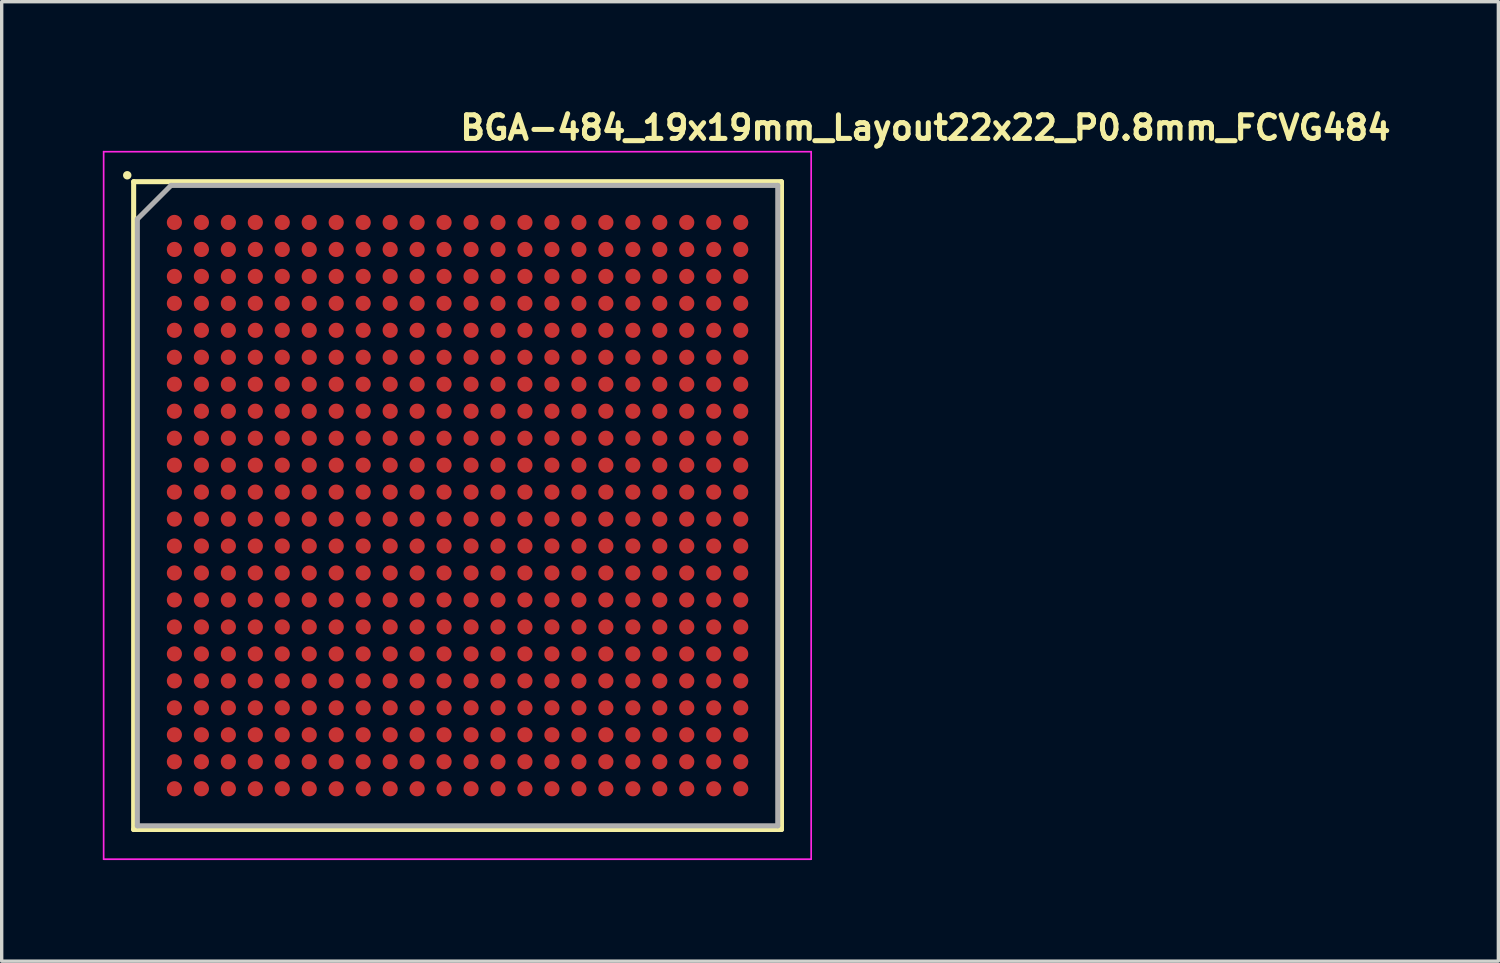
<source format=kicad_pcb>
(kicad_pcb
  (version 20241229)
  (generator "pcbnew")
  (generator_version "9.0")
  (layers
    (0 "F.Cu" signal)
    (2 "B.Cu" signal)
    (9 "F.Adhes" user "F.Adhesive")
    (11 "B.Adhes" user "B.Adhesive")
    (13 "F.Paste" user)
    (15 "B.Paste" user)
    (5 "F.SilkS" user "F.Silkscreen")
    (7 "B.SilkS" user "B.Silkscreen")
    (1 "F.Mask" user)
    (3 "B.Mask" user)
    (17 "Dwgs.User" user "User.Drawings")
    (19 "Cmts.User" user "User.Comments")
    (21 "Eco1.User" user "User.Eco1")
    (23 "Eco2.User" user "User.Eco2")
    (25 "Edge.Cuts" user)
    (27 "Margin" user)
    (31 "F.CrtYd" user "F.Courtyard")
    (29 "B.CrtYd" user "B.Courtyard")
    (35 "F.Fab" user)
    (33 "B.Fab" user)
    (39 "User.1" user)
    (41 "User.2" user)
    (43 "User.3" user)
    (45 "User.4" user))
  (footprint "BGA-484_19x19mm_Layout22x22_P0.8mm_FCVG484"
    (layer "F.Cu")
    (at 10.525 11.95)
    (property "Reference" "BGA-484_19x19mm_Layout22x22_P0.8mm_FCVG484" (at 0 -10.8 0) (layer "F.SilkS") (effects (font (size 0.7 0.7) (thickness 0.15)) (justify left bottom)))
    (attr smd)
    (fp_line (start -9.61 -9.61) (end 9.609 -9.61) (stroke (width 0.15) (type solid)) (layer "F.SilkS"))
    (fp_line (start -9.61 9.61) (end -9.61 -9.61) (stroke (width 0.15) (type solid)) (layer "F.SilkS"))
    (fp_line (start 9.609 -9.61) (end 9.609 9.609) (stroke (width 0.15) (type solid)) (layer "F.SilkS"))
    (fp_line (start 9.609 9.609) (end -9.61 9.609) (stroke (width 0.15) (type solid)) (layer "F.SilkS"))
    (fp_circle (center -9.8 -9.8) (end -9.75 -9.8) (stroke (width 0.15) (type solid)) (fill yes) (layer "F.SilkS"))
    (fp_line (start -10.5 -10.5) (end -10.5 10.49) (stroke (width 0.05) (type solid)) (layer "F.CrtYd"))
    (fp_line (start -10.5 10.49) (end 10.49 10.49) (stroke (width 0.05) (type solid)) (layer "F.CrtYd"))
    (fp_line (start 10.49 -10.5) (end -10.5 -10.5) (stroke (width 0.05) (type solid)) (layer "F.CrtYd"))
    (fp_line (start 10.49 10.49) (end 10.49 -10.5) (stroke (width 0.05) (type solid)) (layer "F.CrtYd"))
    (fp_line (start -9.5 -8.5) (end -8.5 -9.5) (stroke (width 0.15) (type solid)) (layer "F.Fab"))
    (fp_line (start -9.5 9.499) (end -9.5 -8.5) (stroke (width 0.15) (type solid)) (layer "F.Fab"))
    (fp_line (start -8.5 -9.5) (end 9.499 -9.5) (stroke (width 0.15) (type solid)) (layer "F.Fab"))
    (fp_line (start 9.499 -9.5) (end 9.499 9.499) (stroke (width 0.15) (type solid)) (layer "F.Fab"))
    (fp_line (start 9.499 9.499) (end -9.5 9.499) (stroke (width 0.15) (type solid)) (layer "F.Fab"))
    (pad "A1" smd circle (at -8.401 -8.401) (size 0.45 0.45) (layers "F.Cu" "F.Mask" "F.Paste"))
    (pad "A2" smd circle (at -7.6 -8.401) (size 0.45 0.45) (layers "F.Cu" "F.Mask" "F.Paste"))
    (pad "A3" smd circle (at -6.8 -8.401) (size 0.45 0.45) (layers "F.Cu" "F.Mask" "F.Paste"))
    (pad "A4" smd circle (at -6 -8.401) (size 0.45 0.45) (layers "F.Cu" "F.Mask" "F.Paste"))
    (pad "A5" smd circle (at -5.201 -8.401) (size 0.45 0.45) (layers "F.Cu" "F.Mask" "F.Paste"))
    (pad "A6" smd circle (at -4.401 -8.401) (size 0.45 0.45) (layers "F.Cu" "F.Mask" "F.Paste"))
    (pad "A7" smd circle (at -3.601 -8.401) (size 0.45 0.45) (layers "F.Cu" "F.Mask" "F.Paste"))
    (pad "A8" smd circle (at -2.8 -8.401) (size 0.45 0.45) (layers "F.Cu" "F.Mask" "F.Paste"))
    (pad "A9" smd circle (at -2 -8.401) (size 0.45 0.45) (layers "F.Cu" "F.Mask" "F.Paste"))
    (pad "A10" smd circle (at -1.2 -8.401) (size 0.45 0.45) (layers "F.Cu" "F.Mask" "F.Paste"))
    (pad "A11" smd circle (at -0.401 -8.401) (size 0.45 0.45) (layers "F.Cu" "F.Mask" "F.Paste"))
    (pad "A12" smd circle (at 0.4 -8.401) (size 0.45 0.45) (layers "F.Cu" "F.Mask" "F.Paste"))
    (pad "A13" smd circle (at 1.199 -8.401) (size 0.45 0.45) (layers "F.Cu" "F.Mask" "F.Paste"))
    (pad "A14" smd circle (at 1.999 -8.401) (size 0.45 0.45) (layers "F.Cu" "F.Mask" "F.Paste"))
    (pad "A15" smd circle (at 2.799 -8.401) (size 0.45 0.45) (layers "F.Cu" "F.Mask" "F.Paste"))
    (pad "A16" smd circle (at 3.6 -8.401) (size 0.45 0.45) (layers "F.Cu" "F.Mask" "F.Paste"))
    (pad "A17" smd circle (at 4.4 -8.401) (size 0.45 0.45) (layers "F.Cu" "F.Mask" "F.Paste"))
    (pad "A18" smd circle (at 5.2 -8.401) (size 0.45 0.45) (layers "F.Cu" "F.Mask" "F.Paste"))
    (pad "A19" smd circle (at 5.999 -8.401) (size 0.45 0.45) (layers "F.Cu" "F.Mask" "F.Paste"))
    (pad "A20" smd circle (at 6.799 -8.401) (size 0.45 0.45) (layers "F.Cu" "F.Mask" "F.Paste"))
    (pad "A21" smd circle (at 7.599 -8.401) (size 0.45 0.45) (layers "F.Cu" "F.Mask" "F.Paste"))
    (pad "A22" smd circle (at 8.4 -8.401) (size 0.45 0.45) (layers "F.Cu" "F.Mask" "F.Paste"))
    (pad "AA1" smd circle (at -8.401 7.599) (size 0.45 0.45) (layers "F.Cu" "F.Mask" "F.Paste"))
    (pad "AA2" smd circle (at -7.6 7.599) (size 0.45 0.45) (layers "F.Cu" "F.Mask" "F.Paste"))
    (pad "AA3" smd circle (at -6.8 7.599) (size 0.45 0.45) (layers "F.Cu" "F.Mask" "F.Paste"))
    (pad "AA4" smd circle (at -6 7.599) (size 0.45 0.45) (layers "F.Cu" "F.Mask" "F.Paste"))
    (pad "AA5" smd circle (at -5.201 7.599) (size 0.45 0.45) (layers "F.Cu" "F.Mask" "F.Paste"))
    (pad "AA6" smd circle (at -4.401 7.599) (size 0.45 0.45) (layers "F.Cu" "F.Mask" "F.Paste"))
    (pad "AA7" smd circle (at -3.601 7.599) (size 0.45 0.45) (layers "F.Cu" "F.Mask" "F.Paste"))
    (pad "AA8" smd circle (at -2.8 7.599) (size 0.45 0.45) (layers "F.Cu" "F.Mask" "F.Paste"))
    (pad "AA9" smd circle (at -2 7.599) (size 0.45 0.45) (layers "F.Cu" "F.Mask" "F.Paste"))
    (pad "AA10" smd circle (at -1.2 7.599) (size 0.45 0.45) (layers "F.Cu" "F.Mask" "F.Paste"))
    (pad "AA11" smd circle (at -0.401 7.599) (size 0.45 0.45) (layers "F.Cu" "F.Mask" "F.Paste"))
    (pad "AA12" smd circle (at 0.4 7.599) (size 0.45 0.45) (layers "F.Cu" "F.Mask" "F.Paste"))
    (pad "AA13" smd circle (at 1.199 7.599) (size 0.45 0.45) (layers "F.Cu" "F.Mask" "F.Paste"))
    (pad "AA14" smd circle (at 1.999 7.599) (size 0.45 0.45) (layers "F.Cu" "F.Mask" "F.Paste"))
    (pad "AA15" smd circle (at 2.799 7.599) (size 0.45 0.45) (layers "F.Cu" "F.Mask" "F.Paste"))
    (pad "AA16" smd circle (at 3.6 7.599) (size 0.45 0.45) (layers "F.Cu" "F.Mask" "F.Paste"))
    (pad "AA17" smd circle (at 4.4 7.599) (size 0.45 0.45) (layers "F.Cu" "F.Mask" "F.Paste"))
    (pad "AA18" smd circle (at 5.2 7.599) (size 0.45 0.45) (layers "F.Cu" "F.Mask" "F.Paste"))
    (pad "AA19" smd circle (at 5.999 7.599) (size 0.45 0.45) (layers "F.Cu" "F.Mask" "F.Paste"))
    (pad "AA20" smd circle (at 6.799 7.599) (size 0.45 0.45) (layers "F.Cu" "F.Mask" "F.Paste"))
    (pad "AA21" smd circle (at 7.599 7.599) (size 0.45 0.45) (layers "F.Cu" "F.Mask" "F.Paste"))
    (pad "AA22" smd circle (at 8.4 7.599) (size 0.45 0.45) (layers "F.Cu" "F.Mask" "F.Paste"))
    (pad "AB1" smd circle (at -8.401 8.4) (size 0.45 0.45) (layers "F.Cu" "F.Mask" "F.Paste"))
    (pad "AB2" smd circle (at -7.6 8.4) (size 0.45 0.45) (layers "F.Cu" "F.Mask" "F.Paste"))
    (pad "AB3" smd circle (at -6.8 8.4) (size 0.45 0.45) (layers "F.Cu" "F.Mask" "F.Paste"))
    (pad "AB4" smd circle (at -6 8.4) (size 0.45 0.45) (layers "F.Cu" "F.Mask" "F.Paste"))
    (pad "AB5" smd circle (at -5.201 8.4) (size 0.45 0.45) (layers "F.Cu" "F.Mask" "F.Paste"))
    (pad "AB6" smd circle (at -4.401 8.4) (size 0.45 0.45) (layers "F.Cu" "F.Mask" "F.Paste"))
    (pad "AB7" smd circle (at -3.601 8.4) (size 0.45 0.45) (layers "F.Cu" "F.Mask" "F.Paste"))
    (pad "AB8" smd circle (at -2.8 8.4) (size 0.45 0.45) (layers "F.Cu" "F.Mask" "F.Paste"))
    (pad "AB9" smd circle (at -2 8.4) (size 0.45 0.45) (layers "F.Cu" "F.Mask" "F.Paste"))
    (pad "AB10" smd circle (at -1.2 8.4) (size 0.45 0.45) (layers "F.Cu" "F.Mask" "F.Paste"))
    (pad "AB11" smd circle (at -0.401 8.4) (size 0.45 0.45) (layers "F.Cu" "F.Mask" "F.Paste"))
    (pad "AB12" smd circle (at 0.4 8.4) (size 0.45 0.45) (layers "F.Cu" "F.Mask" "F.Paste"))
    (pad "AB13" smd circle (at 1.199 8.4) (size 0.45 0.45) (layers "F.Cu" "F.Mask" "F.Paste"))
    (pad "AB14" smd circle (at 1.999 8.4) (size 0.45 0.45) (layers "F.Cu" "F.Mask" "F.Paste"))
    (pad "AB15" smd circle (at 2.799 8.4) (size 0.45 0.45) (layers "F.Cu" "F.Mask" "F.Paste"))
    (pad "AB16" smd circle (at 3.6 8.4) (size 0.45 0.45) (layers "F.Cu" "F.Mask" "F.Paste"))
    (pad "AB17" smd circle (at 4.4 8.4) (size 0.45 0.45) (layers "F.Cu" "F.Mask" "F.Paste"))
    (pad "AB18" smd circle (at 5.2 8.4) (size 0.45 0.45) (layers "F.Cu" "F.Mask" "F.Paste"))
    (pad "AB19" smd circle (at 5.999 8.4) (size 0.45 0.45) (layers "F.Cu" "F.Mask" "F.Paste"))
    (pad "AB20" smd circle (at 6.799 8.4) (size 0.45 0.45) (layers "F.Cu" "F.Mask" "F.Paste"))
    (pad "AB21" smd circle (at 7.599 8.4) (size 0.45 0.45) (layers "F.Cu" "F.Mask" "F.Paste"))
    (pad "AB22" smd circle (at 8.4 8.4) (size 0.45 0.45) (layers "F.Cu" "F.Mask" "F.Paste"))
    (pad "B1" smd circle (at -8.401 -7.6) (size 0.45 0.45) (layers "F.Cu" "F.Mask" "F.Paste"))
    (pad "B2" smd circle (at -7.6 -7.6) (size 0.45 0.45) (layers "F.Cu" "F.Mask" "F.Paste"))
    (pad "B3" smd circle (at -6.8 -7.6) (size 0.45 0.45) (layers "F.Cu" "F.Mask" "F.Paste"))
    (pad "B4" smd circle (at -6 -7.6) (size 0.45 0.45) (layers "F.Cu" "F.Mask" "F.Paste"))
    (pad "B5" smd circle (at -5.201 -7.6) (size 0.45 0.45) (layers "F.Cu" "F.Mask" "F.Paste"))
    (pad "B6" smd circle (at -4.401 -7.6) (size 0.45 0.45) (layers "F.Cu" "F.Mask" "F.Paste"))
    (pad "B7" smd circle (at -3.601 -7.6) (size 0.45 0.45) (layers "F.Cu" "F.Mask" "F.Paste"))
    (pad "B8" smd circle (at -2.8 -7.6) (size 0.45 0.45) (layers "F.Cu" "F.Mask" "F.Paste"))
    (pad "B9" smd circle (at -2 -7.6) (size 0.45 0.45) (layers "F.Cu" "F.Mask" "F.Paste"))
    (pad "B10" smd circle (at -1.2 -7.6) (size 0.45 0.45) (layers "F.Cu" "F.Mask" "F.Paste"))
    (pad "B11" smd circle (at -0.401 -7.6) (size 0.45 0.45) (layers "F.Cu" "F.Mask" "F.Paste"))
    (pad "B12" smd circle (at 0.4 -7.6) (size 0.45 0.45) (layers "F.Cu" "F.Mask" "F.Paste"))
    (pad "B13" smd circle (at 1.199 -7.6) (size 0.45 0.45) (layers "F.Cu" "F.Mask" "F.Paste"))
    (pad "B14" smd circle (at 1.999 -7.6) (size 0.45 0.45) (layers "F.Cu" "F.Mask" "F.Paste"))
    (pad "B15" smd circle (at 2.799 -7.6) (size 0.45 0.45) (layers "F.Cu" "F.Mask" "F.Paste"))
    (pad "B16" smd circle (at 3.6 -7.6) (size 0.45 0.45) (layers "F.Cu" "F.Mask" "F.Paste"))
    (pad "B17" smd circle (at 4.4 -7.6) (size 0.45 0.45) (layers "F.Cu" "F.Mask" "F.Paste"))
    (pad "B18" smd circle (at 5.2 -7.6) (size 0.45 0.45) (layers "F.Cu" "F.Mask" "F.Paste"))
    (pad "B19" smd circle (at 5.999 -7.6) (size 0.45 0.45) (layers "F.Cu" "F.Mask" "F.Paste"))
    (pad "B20" smd circle (at 6.799 -7.6) (size 0.45 0.45) (layers "F.Cu" "F.Mask" "F.Paste"))
    (pad "B21" smd circle (at 7.599 -7.6) (size 0.45 0.45) (layers "F.Cu" "F.Mask" "F.Paste"))
    (pad "B22" smd circle (at 8.4 -7.6) (size 0.45 0.45) (layers "F.Cu" "F.Mask" "F.Paste"))
    (pad "C1" smd circle (at -8.401 -6.8) (size 0.45 0.45) (layers "F.Cu" "F.Mask" "F.Paste"))
    (pad "C2" smd circle (at -7.6 -6.8) (size 0.45 0.45) (layers "F.Cu" "F.Mask" "F.Paste"))
    (pad "C3" smd circle (at -6.8 -6.8) (size 0.45 0.45) (layers "F.Cu" "F.Mask" "F.Paste"))
    (pad "C4" smd circle (at -6 -6.8) (size 0.45 0.45) (layers "F.Cu" "F.Mask" "F.Paste"))
    (pad "C5" smd circle (at -5.201 -6.8) (size 0.45 0.45) (layers "F.Cu" "F.Mask" "F.Paste"))
    (pad "C6" smd circle (at -4.401 -6.8) (size 0.45 0.45) (layers "F.Cu" "F.Mask" "F.Paste"))
    (pad "C7" smd circle (at -3.601 -6.8) (size 0.45 0.45) (layers "F.Cu" "F.Mask" "F.Paste"))
    (pad "C8" smd circle (at -2.8 -6.8) (size 0.45 0.45) (layers "F.Cu" "F.Mask" "F.Paste"))
    (pad "C9" smd circle (at -2 -6.8) (size 0.45 0.45) (layers "F.Cu" "F.Mask" "F.Paste"))
    (pad "C10" smd circle (at -1.2 -6.8) (size 0.45 0.45) (layers "F.Cu" "F.Mask" "F.Paste"))
    (pad "C11" smd circle (at -0.401 -6.8) (size 0.45 0.45) (layers "F.Cu" "F.Mask" "F.Paste"))
    (pad "C12" smd circle (at 0.4 -6.8) (size 0.45 0.45) (layers "F.Cu" "F.Mask" "F.Paste"))
    (pad "C13" smd circle (at 1.199 -6.8) (size 0.45 0.45) (layers "F.Cu" "F.Mask" "F.Paste"))
    (pad "C14" smd circle (at 1.999 -6.8) (size 0.45 0.45) (layers "F.Cu" "F.Mask" "F.Paste"))
    (pad "C15" smd circle (at 2.799 -6.8) (size 0.45 0.45) (layers "F.Cu" "F.Mask" "F.Paste"))
    (pad "C16" smd circle (at 3.6 -6.8) (size 0.45 0.45) (layers "F.Cu" "F.Mask" "F.Paste"))
    (pad "C17" smd circle (at 4.4 -6.8) (size 0.45 0.45) (layers "F.Cu" "F.Mask" "F.Paste"))
    (pad "C18" smd circle (at 5.2 -6.8) (size 0.45 0.45) (layers "F.Cu" "F.Mask" "F.Paste"))
    (pad "C19" smd circle (at 5.999 -6.8) (size 0.45 0.45) (layers "F.Cu" "F.Mask" "F.Paste"))
    (pad "C20" smd circle (at 6.799 -6.8) (size 0.45 0.45) (layers "F.Cu" "F.Mask" "F.Paste"))
    (pad "C21" smd circle (at 7.599 -6.8) (size 0.45 0.45) (layers "F.Cu" "F.Mask" "F.Paste"))
    (pad "C22" smd circle (at 8.4 -6.8) (size 0.45 0.45) (layers "F.Cu" "F.Mask" "F.Paste"))
    (pad "D1" smd circle (at -8.401 -6) (size 0.45 0.45) (layers "F.Cu" "F.Mask" "F.Paste"))
    (pad "D2" smd circle (at -7.6 -6) (size 0.45 0.45) (layers "F.Cu" "F.Mask" "F.Paste"))
    (pad "D3" smd circle (at -6.8 -6) (size 0.45 0.45) (layers "F.Cu" "F.Mask" "F.Paste"))
    (pad "D4" smd circle (at -6 -6) (size 0.45 0.45) (layers "F.Cu" "F.Mask" "F.Paste"))
    (pad "D5" smd circle (at -5.201 -6) (size 0.45 0.45) (layers "F.Cu" "F.Mask" "F.Paste"))
    (pad "D6" smd circle (at -4.401 -6) (size 0.45 0.45) (layers "F.Cu" "F.Mask" "F.Paste"))
    (pad "D7" smd circle (at -3.601 -6) (size 0.45 0.45) (layers "F.Cu" "F.Mask" "F.Paste"))
    (pad "D8" smd circle (at -2.8 -6) (size 0.45 0.45) (layers "F.Cu" "F.Mask" "F.Paste"))
    (pad "D9" smd circle (at -2 -6) (size 0.45 0.45) (layers "F.Cu" "F.Mask" "F.Paste"))
    (pad "D10" smd circle (at -1.2 -6) (size 0.45 0.45) (layers "F.Cu" "F.Mask" "F.Paste"))
    (pad "D11" smd circle (at -0.401 -6) (size 0.45 0.45) (layers "F.Cu" "F.Mask" "F.Paste"))
    (pad "D12" smd circle (at 0.4 -6) (size 0.45 0.45) (layers "F.Cu" "F.Mask" "F.Paste"))
    (pad "D13" smd circle (at 1.199 -6) (size 0.45 0.45) (layers "F.Cu" "F.Mask" "F.Paste"))
    (pad "D14" smd circle (at 1.999 -6) (size 0.45 0.45) (layers "F.Cu" "F.Mask" "F.Paste"))
    (pad "D15" smd circle (at 2.799 -6) (size 0.45 0.45) (layers "F.Cu" "F.Mask" "F.Paste"))
    (pad "D16" smd circle (at 3.6 -6) (size 0.45 0.45) (layers "F.Cu" "F.Mask" "F.Paste"))
    (pad "D17" smd circle (at 4.4 -6) (size 0.45 0.45) (layers "F.Cu" "F.Mask" "F.Paste"))
    (pad "D18" smd circle (at 5.2 -6) (size 0.45 0.45) (layers "F.Cu" "F.Mask" "F.Paste"))
    (pad "D19" smd circle (at 5.999 -6) (size 0.45 0.45) (layers "F.Cu" "F.Mask" "F.Paste"))
    (pad "D20" smd circle (at 6.799 -6) (size 0.45 0.45) (layers "F.Cu" "F.Mask" "F.Paste"))
    (pad "D21" smd circle (at 7.599 -6) (size 0.45 0.45) (layers "F.Cu" "F.Mask" "F.Paste"))
    (pad "D22" smd circle (at 8.4 -6) (size 0.45 0.45) (layers "F.Cu" "F.Mask" "F.Paste"))
    (pad "E1" smd circle (at -8.401 -5.201) (size 0.45 0.45) (layers "F.Cu" "F.Mask" "F.Paste"))
    (pad "E2" smd circle (at -7.6 -5.201) (size 0.45 0.45) (layers "F.Cu" "F.Mask" "F.Paste"))
    (pad "E3" smd circle (at -6.8 -5.201) (size 0.45 0.45) (layers "F.Cu" "F.Mask" "F.Paste"))
    (pad "E4" smd circle (at -6 -5.201) (size 0.45 0.45) (layers "F.Cu" "F.Mask" "F.Paste"))
    (pad "E5" smd circle (at -5.201 -5.201) (size 0.45 0.45) (layers "F.Cu" "F.Mask" "F.Paste"))
    (pad "E6" smd circle (at -4.401 -5.201) (size 0.45 0.45) (layers "F.Cu" "F.Mask" "F.Paste"))
    (pad "E7" smd circle (at -3.601 -5.201) (size 0.45 0.45) (layers "F.Cu" "F.Mask" "F.Paste"))
    (pad "E8" smd circle (at -2.8 -5.201) (size 0.45 0.45) (layers "F.Cu" "F.Mask" "F.Paste"))
    (pad "E9" smd circle (at -2 -5.201) (size 0.45 0.45) (layers "F.Cu" "F.Mask" "F.Paste"))
    (pad "E10" smd circle (at -1.2 -5.201) (size 0.45 0.45) (layers "F.Cu" "F.Mask" "F.Paste"))
    (pad "E11" smd circle (at -0.401 -5.201) (size 0.45 0.45) (layers "F.Cu" "F.Mask" "F.Paste"))
    (pad "E12" smd circle (at 0.4 -5.201) (size 0.45 0.45) (layers "F.Cu" "F.Mask" "F.Paste"))
    (pad "E13" smd circle (at 1.199 -5.201) (size 0.45 0.45) (layers "F.Cu" "F.Mask" "F.Paste"))
    (pad "E14" smd circle (at 1.999 -5.201) (size 0.45 0.45) (layers "F.Cu" "F.Mask" "F.Paste"))
    (pad "E15" smd circle (at 2.799 -5.201) (size 0.45 0.45) (layers "F.Cu" "F.Mask" "F.Paste"))
    (pad "E16" smd circle (at 3.6 -5.201) (size 0.45 0.45) (layers "F.Cu" "F.Mask" "F.Paste"))
    (pad "E17" smd circle (at 4.4 -5.201) (size 0.45 0.45) (layers "F.Cu" "F.Mask" "F.Paste"))
    (pad "E18" smd circle (at 5.2 -5.201) (size 0.45 0.45) (layers "F.Cu" "F.Mask" "F.Paste"))
    (pad "E19" smd circle (at 5.999 -5.201) (size 0.45 0.45) (layers "F.Cu" "F.Mask" "F.Paste"))
    (pad "E20" smd circle (at 6.799 -5.201) (size 0.45 0.45) (layers "F.Cu" "F.Mask" "F.Paste"))
    (pad "E21" smd circle (at 7.599 -5.201) (size 0.45 0.45) (layers "F.Cu" "F.Mask" "F.Paste"))
    (pad "E22" smd circle (at 8.4 -5.201) (size 0.45 0.45) (layers "F.Cu" "F.Mask" "F.Paste"))
    (pad "F1" smd circle (at -8.401 -4.401) (size 0.45 0.45) (layers "F.Cu" "F.Mask" "F.Paste"))
    (pad "F2" smd circle (at -7.6 -4.401) (size 0.45 0.45) (layers "F.Cu" "F.Mask" "F.Paste"))
    (pad "F3" smd circle (at -6.8 -4.401) (size 0.45 0.45) (layers "F.Cu" "F.Mask" "F.Paste"))
    (pad "F4" smd circle (at -6 -4.401) (size 0.45 0.45) (layers "F.Cu" "F.Mask" "F.Paste"))
    (pad "F5" smd circle (at -5.201 -4.401) (size 0.45 0.45) (layers "F.Cu" "F.Mask" "F.Paste"))
    (pad "F6" smd circle (at -4.401 -4.401) (size 0.45 0.45) (layers "F.Cu" "F.Mask" "F.Paste"))
    (pad "F7" smd circle (at -3.601 -4.401) (size 0.45 0.45) (layers "F.Cu" "F.Mask" "F.Paste"))
    (pad "F8" smd circle (at -2.8 -4.401) (size 0.45 0.45) (layers "F.Cu" "F.Mask" "F.Paste"))
    (pad "F9" smd circle (at -2 -4.401) (size 0.45 0.45) (layers "F.Cu" "F.Mask" "F.Paste"))
    (pad "F10" smd circle (at -1.2 -4.401) (size 0.45 0.45) (layers "F.Cu" "F.Mask" "F.Paste"))
    (pad "F11" smd circle (at -0.401 -4.401) (size 0.45 0.45) (layers "F.Cu" "F.Mask" "F.Paste"))
    (pad "F12" smd circle (at 0.4 -4.401) (size 0.45 0.45) (layers "F.Cu" "F.Mask" "F.Paste"))
    (pad "F13" smd circle (at 1.199 -4.401) (size 0.45 0.45) (layers "F.Cu" "F.Mask" "F.Paste"))
    (pad "F14" smd circle (at 1.999 -4.401) (size 0.45 0.45) (layers "F.Cu" "F.Mask" "F.Paste"))
    (pad "F15" smd circle (at 2.799 -4.401) (size 0.45 0.45) (layers "F.Cu" "F.Mask" "F.Paste"))
    (pad "F16" smd circle (at 3.6 -4.401) (size 0.45 0.45) (layers "F.Cu" "F.Mask" "F.Paste"))
    (pad "F17" smd circle (at 4.4 -4.401) (size 0.45 0.45) (layers "F.Cu" "F.Mask" "F.Paste"))
    (pad "F18" smd circle (at 5.2 -4.401) (size 0.45 0.45) (layers "F.Cu" "F.Mask" "F.Paste"))
    (pad "F19" smd circle (at 5.999 -4.401) (size 0.45 0.45) (layers "F.Cu" "F.Mask" "F.Paste"))
    (pad "F20" smd circle (at 6.799 -4.401) (size 0.45 0.45) (layers "F.Cu" "F.Mask" "F.Paste"))
    (pad "F21" smd circle (at 7.599 -4.401) (size 0.45 0.45) (layers "F.Cu" "F.Mask" "F.Paste"))
    (pad "F22" smd circle (at 8.4 -4.401) (size 0.45 0.45) (layers "F.Cu" "F.Mask" "F.Paste"))
    (pad "G1" smd circle (at -8.401 -3.601) (size 0.45 0.45) (layers "F.Cu" "F.Mask" "F.Paste"))
    (pad "G2" smd circle (at -7.6 -3.601) (size 0.45 0.45) (layers "F.Cu" "F.Mask" "F.Paste"))
    (pad "G3" smd circle (at -6.8 -3.601) (size 0.45 0.45) (layers "F.Cu" "F.Mask" "F.Paste"))
    (pad "G4" smd circle (at -6 -3.601) (size 0.45 0.45) (layers "F.Cu" "F.Mask" "F.Paste"))
    (pad "G5" smd circle (at -5.201 -3.601) (size 0.45 0.45) (layers "F.Cu" "F.Mask" "F.Paste"))
    (pad "G6" smd circle (at -4.401 -3.601) (size 0.45 0.45) (layers "F.Cu" "F.Mask" "F.Paste"))
    (pad "G7" smd circle (at -3.601 -3.601) (size 0.45 0.45) (layers "F.Cu" "F.Mask" "F.Paste"))
    (pad "G8" smd circle (at -2.8 -3.601) (size 0.45 0.45) (layers "F.Cu" "F.Mask" "F.Paste"))
    (pad "G9" smd circle (at -2 -3.601) (size 0.45 0.45) (layers "F.Cu" "F.Mask" "F.Paste"))
    (pad "G10" smd circle (at -1.2 -3.601) (size 0.45 0.45) (layers "F.Cu" "F.Mask" "F.Paste"))
    (pad "G11" smd circle (at -0.401 -3.601) (size 0.45 0.45) (layers "F.Cu" "F.Mask" "F.Paste"))
    (pad "G12" smd circle (at 0.4 -3.601) (size 0.45 0.45) (layers "F.Cu" "F.Mask" "F.Paste"))
    (pad "G13" smd circle (at 1.199 -3.601) (size 0.45 0.45) (layers "F.Cu" "F.Mask" "F.Paste"))
    (pad "G14" smd circle (at 1.999 -3.601) (size 0.45 0.45) (layers "F.Cu" "F.Mask" "F.Paste"))
    (pad "G15" smd circle (at 2.799 -3.601) (size 0.45 0.45) (layers "F.Cu" "F.Mask" "F.Paste"))
    (pad "G16" smd circle (at 3.6 -3.601) (size 0.45 0.45) (layers "F.Cu" "F.Mask" "F.Paste"))
    (pad "G17" smd circle (at 4.4 -3.601) (size 0.45 0.45) (layers "F.Cu" "F.Mask" "F.Paste"))
    (pad "G18" smd circle (at 5.2 -3.601) (size 0.45 0.45) (layers "F.Cu" "F.Mask" "F.Paste"))
    (pad "G19" smd circle (at 5.999 -3.601) (size 0.45 0.45) (layers "F.Cu" "F.Mask" "F.Paste"))
    (pad "G20" smd circle (at 6.799 -3.601) (size 0.45 0.45) (layers "F.Cu" "F.Mask" "F.Paste"))
    (pad "G21" smd circle (at 7.599 -3.601) (size 0.45 0.45) (layers "F.Cu" "F.Mask" "F.Paste"))
    (pad "G22" smd circle (at 8.4 -3.601) (size 0.45 0.45) (layers "F.Cu" "F.Mask" "F.Paste"))
    (pad "H1" smd circle (at -8.401 -2.8) (size 0.45 0.45) (layers "F.Cu" "F.Mask" "F.Paste"))
    (pad "H2" smd circle (at -7.6 -2.8) (size 0.45 0.45) (layers "F.Cu" "F.Mask" "F.Paste"))
    (pad "H3" smd circle (at -6.8 -2.8) (size 0.45 0.45) (layers "F.Cu" "F.Mask" "F.Paste"))
    (pad "H4" smd circle (at -6 -2.8) (size 0.45 0.45) (layers "F.Cu" "F.Mask" "F.Paste"))
    (pad "H5" smd circle (at -5.201 -2.8) (size 0.45 0.45) (layers "F.Cu" "F.Mask" "F.Paste"))
    (pad "H6" smd circle (at -4.401 -2.8) (size 0.45 0.45) (layers "F.Cu" "F.Mask" "F.Paste"))
    (pad "H7" smd circle (at -3.601 -2.8) (size 0.45 0.45) (layers "F.Cu" "F.Mask" "F.Paste"))
    (pad "H8" smd circle (at -2.8 -2.8) (size 0.45 0.45) (layers "F.Cu" "F.Mask" "F.Paste"))
    (pad "H9" smd circle (at -2 -2.8) (size 0.45 0.45) (layers "F.Cu" "F.Mask" "F.Paste"))
    (pad "H10" smd circle (at -1.2 -2.8) (size 0.45 0.45) (layers "F.Cu" "F.Mask" "F.Paste"))
    (pad "H11" smd circle (at -0.401 -2.8) (size 0.45 0.45) (layers "F.Cu" "F.Mask" "F.Paste"))
    (pad "H12" smd circle (at 0.4 -2.8) (size 0.45 0.45) (layers "F.Cu" "F.Mask" "F.Paste"))
    (pad "H13" smd circle (at 1.199 -2.8) (size 0.45 0.45) (layers "F.Cu" "F.Mask" "F.Paste"))
    (pad "H14" smd circle (at 1.999 -2.8) (size 0.45 0.45) (layers "F.Cu" "F.Mask" "F.Paste"))
    (pad "H15" smd circle (at 2.799 -2.8) (size 0.45 0.45) (layers "F.Cu" "F.Mask" "F.Paste"))
    (pad "H16" smd circle (at 3.6 -2.8) (size 0.45 0.45) (layers "F.Cu" "F.Mask" "F.Paste"))
    (pad "H17" smd circle (at 4.4 -2.8) (size 0.45 0.45) (layers "F.Cu" "F.Mask" "F.Paste"))
    (pad "H18" smd circle (at 5.2 -2.8) (size 0.45 0.45) (layers "F.Cu" "F.Mask" "F.Paste"))
    (pad "H19" smd circle (at 5.999 -2.8) (size 0.45 0.45) (layers "F.Cu" "F.Mask" "F.Paste"))
    (pad "H20" smd circle (at 6.799 -2.8) (size 0.45 0.45) (layers "F.Cu" "F.Mask" "F.Paste"))
    (pad "H21" smd circle (at 7.599 -2.8) (size 0.45 0.45) (layers "F.Cu" "F.Mask" "F.Paste"))
    (pad "H22" smd circle (at 8.4 -2.8) (size 0.45 0.45) (layers "F.Cu" "F.Mask" "F.Paste"))
    (pad "J1" smd circle (at -8.401 -2) (size 0.45 0.45) (layers "F.Cu" "F.Mask" "F.Paste"))
    (pad "J2" smd circle (at -7.6 -2) (size 0.45 0.45) (layers "F.Cu" "F.Mask" "F.Paste"))
    (pad "J3" smd circle (at -6.8 -2) (size 0.45 0.45) (layers "F.Cu" "F.Mask" "F.Paste"))
    (pad "J4" smd circle (at -6 -2) (size 0.45 0.45) (layers "F.Cu" "F.Mask" "F.Paste"))
    (pad "J5" smd circle (at -5.201 -2) (size 0.45 0.45) (layers "F.Cu" "F.Mask" "F.Paste"))
    (pad "J6" smd circle (at -4.401 -2) (size 0.45 0.45) (layers "F.Cu" "F.Mask" "F.Paste"))
    (pad "J7" smd circle (at -3.601 -2) (size 0.45 0.45) (layers "F.Cu" "F.Mask" "F.Paste"))
    (pad "J8" smd circle (at -2.8 -2) (size 0.45 0.45) (layers "F.Cu" "F.Mask" "F.Paste"))
    (pad "J9" smd circle (at -2 -2) (size 0.45 0.45) (layers "F.Cu" "F.Mask" "F.Paste"))
    (pad "J10" smd circle (at -1.2 -2) (size 0.45 0.45) (layers "F.Cu" "F.Mask" "F.Paste"))
    (pad "J11" smd circle (at -0.401 -2) (size 0.45 0.45) (layers "F.Cu" "F.Mask" "F.Paste"))
    (pad "J12" smd circle (at 0.4 -2) (size 0.45 0.45) (layers "F.Cu" "F.Mask" "F.Paste"))
    (pad "J13" smd circle (at 1.199 -2) (size 0.45 0.45) (layers "F.Cu" "F.Mask" "F.Paste"))
    (pad "J14" smd circle (at 1.999 -2) (size 0.45 0.45) (layers "F.Cu" "F.Mask" "F.Paste"))
    (pad "J15" smd circle (at 2.799 -2) (size 0.45 0.45) (layers "F.Cu" "F.Mask" "F.Paste"))
    (pad "J16" smd circle (at 3.6 -2) (size 0.45 0.45) (layers "F.Cu" "F.Mask" "F.Paste"))
    (pad "J17" smd circle (at 4.4 -2) (size 0.45 0.45) (layers "F.Cu" "F.Mask" "F.Paste"))
    (pad "J18" smd circle (at 5.2 -2) (size 0.45 0.45) (layers "F.Cu" "F.Mask" "F.Paste"))
    (pad "J19" smd circle (at 5.999 -2) (size 0.45 0.45) (layers "F.Cu" "F.Mask" "F.Paste"))
    (pad "J20" smd circle (at 6.799 -2) (size 0.45 0.45) (layers "F.Cu" "F.Mask" "F.Paste"))
    (pad "J21" smd circle (at 7.599 -2) (size 0.45 0.45) (layers "F.Cu" "F.Mask" "F.Paste"))
    (pad "J22" smd circle (at 8.4 -2) (size 0.45 0.45) (layers "F.Cu" "F.Mask" "F.Paste"))
    (pad "K1" smd circle (at -8.401 -1.2) (size 0.45 0.45) (layers "F.Cu" "F.Mask" "F.Paste"))
    (pad "K2" smd circle (at -7.6 -1.2) (size 0.45 0.45) (layers "F.Cu" "F.Mask" "F.Paste"))
    (pad "K3" smd circle (at -6.8 -1.2) (size 0.45 0.45) (layers "F.Cu" "F.Mask" "F.Paste"))
    (pad "K4" smd circle (at -6 -1.2) (size 0.45 0.45) (layers "F.Cu" "F.Mask" "F.Paste"))
    (pad "K5" smd circle (at -5.201 -1.2) (size 0.45 0.45) (layers "F.Cu" "F.Mask" "F.Paste"))
    (pad "K6" smd circle (at -4.401 -1.2) (size 0.45 0.45) (layers "F.Cu" "F.Mask" "F.Paste"))
    (pad "K7" smd circle (at -3.601 -1.2) (size 0.45 0.45) (layers "F.Cu" "F.Mask" "F.Paste"))
    (pad "K8" smd circle (at -2.8 -1.2) (size 0.45 0.45) (layers "F.Cu" "F.Mask" "F.Paste"))
    (pad "K9" smd circle (at -2 -1.2) (size 0.45 0.45) (layers "F.Cu" "F.Mask" "F.Paste"))
    (pad "K10" smd circle (at -1.2 -1.2) (size 0.45 0.45) (layers "F.Cu" "F.Mask" "F.Paste"))
    (pad "K11" smd circle (at -0.401 -1.2) (size 0.45 0.45) (layers "F.Cu" "F.Mask" "F.Paste"))
    (pad "K12" smd circle (at 0.4 -1.2) (size 0.45 0.45) (layers "F.Cu" "F.Mask" "F.Paste"))
    (pad "K13" smd circle (at 1.199 -1.2) (size 0.45 0.45) (layers "F.Cu" "F.Mask" "F.Paste"))
    (pad "K14" smd circle (at 1.999 -1.2) (size 0.45 0.45) (layers "F.Cu" "F.Mask" "F.Paste"))
    (pad "K15" smd circle (at 2.799 -1.2) (size 0.45 0.45) (layers "F.Cu" "F.Mask" "F.Paste"))
    (pad "K16" smd circle (at 3.6 -1.2) (size 0.45 0.45) (layers "F.Cu" "F.Mask" "F.Paste"))
    (pad "K17" smd circle (at 4.4 -1.2) (size 0.45 0.45) (layers "F.Cu" "F.Mask" "F.Paste"))
    (pad "K18" smd circle (at 5.2 -1.2) (size 0.45 0.45) (layers "F.Cu" "F.Mask" "F.Paste"))
    (pad "K19" smd circle (at 5.999 -1.2) (size 0.45 0.45) (layers "F.Cu" "F.Mask" "F.Paste"))
    (pad "K20" smd circle (at 6.799 -1.2) (size 0.45 0.45) (layers "F.Cu" "F.Mask" "F.Paste"))
    (pad "K21" smd circle (at 7.599 -1.2) (size 0.45 0.45) (layers "F.Cu" "F.Mask" "F.Paste"))
    (pad "K22" smd circle (at 8.4 -1.2) (size 0.45 0.45) (layers "F.Cu" "F.Mask" "F.Paste"))
    (pad "L1" smd circle (at -8.401 -0.401) (size 0.45 0.45) (layers "F.Cu" "F.Mask" "F.Paste"))
    (pad "L2" smd circle (at -7.6 -0.401) (size 0.45 0.45) (layers "F.Cu" "F.Mask" "F.Paste"))
    (pad "L3" smd circle (at -6.8 -0.401) (size 0.45 0.45) (layers "F.Cu" "F.Mask" "F.Paste"))
    (pad "L4" smd circle (at -6 -0.401) (size 0.45 0.45) (layers "F.Cu" "F.Mask" "F.Paste"))
    (pad "L5" smd circle (at -5.201 -0.401) (size 0.45 0.45) (layers "F.Cu" "F.Mask" "F.Paste"))
    (pad "L6" smd circle (at -4.401 -0.401) (size 0.45 0.45) (layers "F.Cu" "F.Mask" "F.Paste"))
    (pad "L7" smd circle (at -3.601 -0.401) (size 0.45 0.45) (layers "F.Cu" "F.Mask" "F.Paste"))
    (pad "L8" smd circle (at -2.8 -0.401) (size 0.45 0.45) (layers "F.Cu" "F.Mask" "F.Paste"))
    (pad "L9" smd circle (at -2 -0.401) (size 0.45 0.45) (layers "F.Cu" "F.Mask" "F.Paste"))
    (pad "L10" smd circle (at -1.2 -0.401) (size 0.45 0.45) (layers "F.Cu" "F.Mask" "F.Paste"))
    (pad "L11" smd circle (at -0.401 -0.401) (size 0.45 0.45) (layers "F.Cu" "F.Mask" "F.Paste"))
    (pad "L12" smd circle (at 0.4 -0.401) (size 0.45 0.45) (layers "F.Cu" "F.Mask" "F.Paste"))
    (pad "L13" smd circle (at 1.199 -0.401) (size 0.45 0.45) (layers "F.Cu" "F.Mask" "F.Paste"))
    (pad "L14" smd circle (at 1.999 -0.401) (size 0.45 0.45) (layers "F.Cu" "F.Mask" "F.Paste"))
    (pad "L15" smd circle (at 2.799 -0.401) (size 0.45 0.45) (layers "F.Cu" "F.Mask" "F.Paste"))
    (pad "L16" smd circle (at 3.6 -0.401) (size 0.45 0.45) (layers "F.Cu" "F.Mask" "F.Paste"))
    (pad "L17" smd circle (at 4.4 -0.401) (size 0.45 0.45) (layers "F.Cu" "F.Mask" "F.Paste"))
    (pad "L18" smd circle (at 5.2 -0.401) (size 0.45 0.45) (layers "F.Cu" "F.Mask" "F.Paste"))
    (pad "L19" smd circle (at 5.999 -0.401) (size 0.45 0.45) (layers "F.Cu" "F.Mask" "F.Paste"))
    (pad "L20" smd circle (at 6.799 -0.401) (size 0.45 0.45) (layers "F.Cu" "F.Mask" "F.Paste"))
    (pad "L21" smd circle (at 7.599 -0.401) (size 0.45 0.45) (layers "F.Cu" "F.Mask" "F.Paste"))
    (pad "L22" smd circle (at 8.4 -0.401) (size 0.45 0.45) (layers "F.Cu" "F.Mask" "F.Paste"))
    (pad "M1" smd circle (at -8.401 0.4) (size 0.45 0.45) (layers "F.Cu" "F.Mask" "F.Paste"))
    (pad "M2" smd circle (at -7.6 0.4) (size 0.45 0.45) (layers "F.Cu" "F.Mask" "F.Paste"))
    (pad "M3" smd circle (at -6.8 0.4) (size 0.45 0.45) (layers "F.Cu" "F.Mask" "F.Paste"))
    (pad "M4" smd circle (at -6 0.4) (size 0.45 0.45) (layers "F.Cu" "F.Mask" "F.Paste"))
    (pad "M5" smd circle (at -5.201 0.4) (size 0.45 0.45) (layers "F.Cu" "F.Mask" "F.Paste"))
    (pad "M6" smd circle (at -4.401 0.4) (size 0.45 0.45) (layers "F.Cu" "F.Mask" "F.Paste"))
    (pad "M7" smd circle (at -3.601 0.4) (size 0.45 0.45) (layers "F.Cu" "F.Mask" "F.Paste"))
    (pad "M8" smd circle (at -2.8 0.4) (size 0.45 0.45) (layers "F.Cu" "F.Mask" "F.Paste"))
    (pad "M9" smd circle (at -2 0.4) (size 0.45 0.45) (layers "F.Cu" "F.Mask" "F.Paste"))
    (pad "M10" smd circle (at -1.2 0.4) (size 0.45 0.45) (layers "F.Cu" "F.Mask" "F.Paste"))
    (pad "M11" smd circle (at -0.401 0.4) (size 0.45 0.45) (layers "F.Cu" "F.Mask" "F.Paste"))
    (pad "M12" smd circle (at 0.4 0.4) (size 0.45 0.45) (layers "F.Cu" "F.Mask" "F.Paste"))
    (pad "M13" smd circle (at 1.199 0.4) (size 0.45 0.45) (layers "F.Cu" "F.Mask" "F.Paste"))
    (pad "M14" smd circle (at 1.999 0.4) (size 0.45 0.45) (layers "F.Cu" "F.Mask" "F.Paste"))
    (pad "M15" smd circle (at 2.799 0.4) (size 0.45 0.45) (layers "F.Cu" "F.Mask" "F.Paste"))
    (pad "M16" smd circle (at 3.6 0.4) (size 0.45 0.45) (layers "F.Cu" "F.Mask" "F.Paste"))
    (pad "M17" smd circle (at 4.4 0.4) (size 0.45 0.45) (layers "F.Cu" "F.Mask" "F.Paste"))
    (pad "M18" smd circle (at 5.2 0.4) (size 0.45 0.45) (layers "F.Cu" "F.Mask" "F.Paste"))
    (pad "M19" smd circle (at 5.999 0.4) (size 0.45 0.45) (layers "F.Cu" "F.Mask" "F.Paste"))
    (pad "M20" smd circle (at 6.799 0.4) (size 0.45 0.45) (layers "F.Cu" "F.Mask" "F.Paste"))
    (pad "M21" smd circle (at 7.599 0.4) (size 0.45 0.45) (layers "F.Cu" "F.Mask" "F.Paste"))
    (pad "M22" smd circle (at 8.4 0.4) (size 0.45 0.45) (layers "F.Cu" "F.Mask" "F.Paste"))
    (pad "N1" smd circle (at -8.401 1.199) (size 0.45 0.45) (layers "F.Cu" "F.Mask" "F.Paste"))
    (pad "N2" smd circle (at -7.6 1.199) (size 0.45 0.45) (layers "F.Cu" "F.Mask" "F.Paste"))
    (pad "N3" smd circle (at -6.8 1.199) (size 0.45 0.45) (layers "F.Cu" "F.Mask" "F.Paste"))
    (pad "N4" smd circle (at -6 1.199) (size 0.45 0.45) (layers "F.Cu" "F.Mask" "F.Paste"))
    (pad "N5" smd circle (at -5.201 1.199) (size 0.45 0.45) (layers "F.Cu" "F.Mask" "F.Paste"))
    (pad "N6" smd circle (at -4.401 1.199) (size 0.45 0.45) (layers "F.Cu" "F.Mask" "F.Paste"))
    (pad "N7" smd circle (at -3.601 1.199) (size 0.45 0.45) (layers "F.Cu" "F.Mask" "F.Paste"))
    (pad "N8" smd circle (at -2.8 1.199) (size 0.45 0.45) (layers "F.Cu" "F.Mask" "F.Paste"))
    (pad "N9" smd circle (at -2 1.199) (size 0.45 0.45) (layers "F.Cu" "F.Mask" "F.Paste"))
    (pad "N10" smd circle (at -1.2 1.199) (size 0.45 0.45) (layers "F.Cu" "F.Mask" "F.Paste"))
    (pad "N11" smd circle (at -0.401 1.199) (size 0.45 0.45) (layers "F.Cu" "F.Mask" "F.Paste"))
    (pad "N12" smd circle (at 0.4 1.199) (size 0.45 0.45) (layers "F.Cu" "F.Mask" "F.Paste"))
    (pad "N13" smd circle (at 1.199 1.199) (size 0.45 0.45) (layers "F.Cu" "F.Mask" "F.Paste"))
    (pad "N14" smd circle (at 1.999 1.199) (size 0.45 0.45) (layers "F.Cu" "F.Mask" "F.Paste"))
    (pad "N15" smd circle (at 2.799 1.199) (size 0.45 0.45) (layers "F.Cu" "F.Mask" "F.Paste"))
    (pad "N16" smd circle (at 3.6 1.199) (size 0.45 0.45) (layers "F.Cu" "F.Mask" "F.Paste"))
    (pad "N17" smd circle (at 4.4 1.199) (size 0.45 0.45) (layers "F.Cu" "F.Mask" "F.Paste"))
    (pad "N18" smd circle (at 5.2 1.199) (size 0.45 0.45) (layers "F.Cu" "F.Mask" "F.Paste"))
    (pad "N19" smd circle (at 5.999 1.199) (size 0.45 0.45) (layers "F.Cu" "F.Mask" "F.Paste"))
    (pad "N20" smd circle (at 6.799 1.199) (size 0.45 0.45) (layers "F.Cu" "F.Mask" "F.Paste"))
    (pad "N21" smd circle (at 7.599 1.199) (size 0.45 0.45) (layers "F.Cu" "F.Mask" "F.Paste"))
    (pad "N22" smd circle (at 8.4 1.199) (size 0.45 0.45) (layers "F.Cu" "F.Mask" "F.Paste"))
    (pad "P1" smd circle (at -8.401 1.999) (size 0.45 0.45) (layers "F.Cu" "F.Mask" "F.Paste"))
    (pad "P2" smd circle (at -7.6 1.999) (size 0.45 0.45) (layers "F.Cu" "F.Mask" "F.Paste"))
    (pad "P3" smd circle (at -6.8 1.999) (size 0.45 0.45) (layers "F.Cu" "F.Mask" "F.Paste"))
    (pad "P4" smd circle (at -6 1.999) (size 0.45 0.45) (layers "F.Cu" "F.Mask" "F.Paste"))
    (pad "P5" smd circle (at -5.201 1.999) (size 0.45 0.45) (layers "F.Cu" "F.Mask" "F.Paste"))
    (pad "P6" smd circle (at -4.401 1.999) (size 0.45 0.45) (layers "F.Cu" "F.Mask" "F.Paste"))
    (pad "P7" smd circle (at -3.601 1.999) (size 0.45 0.45) (layers "F.Cu" "F.Mask" "F.Paste"))
    (pad "P8" smd circle (at -2.8 1.999) (size 0.45 0.45) (layers "F.Cu" "F.Mask" "F.Paste"))
    (pad "P9" smd circle (at -2 1.999) (size 0.45 0.45) (layers "F.Cu" "F.Mask" "F.Paste"))
    (pad "P10" smd circle (at -1.2 1.999) (size 0.45 0.45) (layers "F.Cu" "F.Mask" "F.Paste"))
    (pad "P11" smd circle (at -0.401 1.999) (size 0.45 0.45) (layers "F.Cu" "F.Mask" "F.Paste"))
    (pad "P12" smd circle (at 0.4 1.999) (size 0.45 0.45) (layers "F.Cu" "F.Mask" "F.Paste"))
    (pad "P13" smd circle (at 1.199 1.999) (size 0.45 0.45) (layers "F.Cu" "F.Mask" "F.Paste"))
    (pad "P14" smd circle (at 1.999 1.999) (size 0.45 0.45) (layers "F.Cu" "F.Mask" "F.Paste"))
    (pad "P15" smd circle (at 2.799 1.999) (size 0.45 0.45) (layers "F.Cu" "F.Mask" "F.Paste"))
    (pad "P16" smd circle (at 3.6 1.999) (size 0.45 0.45) (layers "F.Cu" "F.Mask" "F.Paste"))
    (pad "P17" smd circle (at 4.4 1.999) (size 0.45 0.45) (layers "F.Cu" "F.Mask" "F.Paste"))
    (pad "P18" smd circle (at 5.2 1.999) (size 0.45 0.45) (layers "F.Cu" "F.Mask" "F.Paste"))
    (pad "P19" smd circle (at 5.999 1.999) (size 0.45 0.45) (layers "F.Cu" "F.Mask" "F.Paste"))
    (pad "P20" smd circle (at 6.799 1.999) (size 0.45 0.45) (layers "F.Cu" "F.Mask" "F.Paste"))
    (pad "P21" smd circle (at 7.599 1.999) (size 0.45 0.45) (layers "F.Cu" "F.Mask" "F.Paste"))
    (pad "P22" smd circle (at 8.4 1.999) (size 0.45 0.45) (layers "F.Cu" "F.Mask" "F.Paste"))
    (pad "R1" smd circle (at -8.401 2.799) (size 0.45 0.45) (layers "F.Cu" "F.Mask" "F.Paste"))
    (pad "R2" smd circle (at -7.6 2.799) (size 0.45 0.45) (layers "F.Cu" "F.Mask" "F.Paste"))
    (pad "R3" smd circle (at -6.8 2.799) (size 0.45 0.45) (layers "F.Cu" "F.Mask" "F.Paste"))
    (pad "R4" smd circle (at -6 2.799) (size 0.45 0.45) (layers "F.Cu" "F.Mask" "F.Paste"))
    (pad "R5" smd circle (at -5.201 2.799) (size 0.45 0.45) (layers "F.Cu" "F.Mask" "F.Paste"))
    (pad "R6" smd circle (at -4.401 2.799) (size 0.45 0.45) (layers "F.Cu" "F.Mask" "F.Paste"))
    (pad "R7" smd circle (at -3.601 2.799) (size 0.45 0.45) (layers "F.Cu" "F.Mask" "F.Paste"))
    (pad "R8" smd circle (at -2.8 2.799) (size 0.45 0.45) (layers "F.Cu" "F.Mask" "F.Paste"))
    (pad "R9" smd circle (at -2 2.799) (size 0.45 0.45) (layers "F.Cu" "F.Mask" "F.Paste"))
    (pad "R10" smd circle (at -1.2 2.799) (size 0.45 0.45) (layers "F.Cu" "F.Mask" "F.Paste"))
    (pad "R11" smd circle (at -0.401 2.799) (size 0.45 0.45) (layers "F.Cu" "F.Mask" "F.Paste"))
    (pad "R12" smd circle (at 0.4 2.799) (size 0.45 0.45) (layers "F.Cu" "F.Mask" "F.Paste"))
    (pad "R13" smd circle (at 1.199 2.799) (size 0.45 0.45) (layers "F.Cu" "F.Mask" "F.Paste"))
    (pad "R14" smd circle (at 1.999 2.799) (size 0.45 0.45) (layers "F.Cu" "F.Mask" "F.Paste"))
    (pad "R15" smd circle (at 2.799 2.799) (size 0.45 0.45) (layers "F.Cu" "F.Mask" "F.Paste"))
    (pad "R16" smd circle (at 3.6 2.799) (size 0.45 0.45) (layers "F.Cu" "F.Mask" "F.Paste"))
    (pad "R17" smd circle (at 4.4 2.799) (size 0.45 0.45) (layers "F.Cu" "F.Mask" "F.Paste"))
    (pad "R18" smd circle (at 5.2 2.799) (size 0.45 0.45) (layers "F.Cu" "F.Mask" "F.Paste"))
    (pad "R19" smd circle (at 5.999 2.799) (size 0.45 0.45) (layers "F.Cu" "F.Mask" "F.Paste"))
    (pad "R20" smd circle (at 6.799 2.799) (size 0.45 0.45) (layers "F.Cu" "F.Mask" "F.Paste"))
    (pad "R21" smd circle (at 7.599 2.799) (size 0.45 0.45) (layers "F.Cu" "F.Mask" "F.Paste"))
    (pad "R22" smd circle (at 8.4 2.799) (size 0.45 0.45) (layers "F.Cu" "F.Mask" "F.Paste"))
    (pad "T1" smd circle (at -8.401 3.6) (size 0.45 0.45) (layers "F.Cu" "F.Mask" "F.Paste"))
    (pad "T2" smd circle (at -7.6 3.6) (size 0.45 0.45) (layers "F.Cu" "F.Mask" "F.Paste"))
    (pad "T3" smd circle (at -6.8 3.6) (size 0.45 0.45) (layers "F.Cu" "F.Mask" "F.Paste"))
    (pad "T4" smd circle (at -6 3.6) (size 0.45 0.45) (layers "F.Cu" "F.Mask" "F.Paste"))
    (pad "T5" smd circle (at -5.201 3.6) (size 0.45 0.45) (layers "F.Cu" "F.Mask" "F.Paste"))
    (pad "T6" smd circle (at -4.401 3.6) (size 0.45 0.45) (layers "F.Cu" "F.Mask" "F.Paste"))
    (pad "T7" smd circle (at -3.601 3.6) (size 0.45 0.45) (layers "F.Cu" "F.Mask" "F.Paste"))
    (pad "T8" smd circle (at -2.8 3.6) (size 0.45 0.45) (layers "F.Cu" "F.Mask" "F.Paste"))
    (pad "T9" smd circle (at -2 3.6) (size 0.45 0.45) (layers "F.Cu" "F.Mask" "F.Paste"))
    (pad "T10" smd circle (at -1.2 3.6) (size 0.45 0.45) (layers "F.Cu" "F.Mask" "F.Paste"))
    (pad "T11" smd circle (at -0.401 3.6) (size 0.45 0.45) (layers "F.Cu" "F.Mask" "F.Paste"))
    (pad "T12" smd circle (at 0.4 3.6) (size 0.45 0.45) (layers "F.Cu" "F.Mask" "F.Paste"))
    (pad "T13" smd circle (at 1.199 3.6) (size 0.45 0.45) (layers "F.Cu" "F.Mask" "F.Paste"))
    (pad "T14" smd circle (at 1.999 3.6) (size 0.45 0.45) (layers "F.Cu" "F.Mask" "F.Paste"))
    (pad "T15" smd circle (at 2.799 3.6) (size 0.45 0.45) (layers "F.Cu" "F.Mask" "F.Paste"))
    (pad "T16" smd circle (at 3.6 3.6) (size 0.45 0.45) (layers "F.Cu" "F.Mask" "F.Paste"))
    (pad "T17" smd circle (at 4.4 3.6) (size 0.45 0.45) (layers "F.Cu" "F.Mask" "F.Paste"))
    (pad "T18" smd circle (at 5.2 3.6) (size 0.45 0.45) (layers "F.Cu" "F.Mask" "F.Paste"))
    (pad "T19" smd circle (at 5.999 3.6) (size 0.45 0.45) (layers "F.Cu" "F.Mask" "F.Paste"))
    (pad "T20" smd circle (at 6.799 3.6) (size 0.45 0.45) (layers "F.Cu" "F.Mask" "F.Paste"))
    (pad "T21" smd circle (at 7.599 3.6) (size 0.45 0.45) (layers "F.Cu" "F.Mask" "F.Paste"))
    (pad "T22" smd circle (at 8.4 3.6) (size 0.45 0.45) (layers "F.Cu" "F.Mask" "F.Paste"))
    (pad "U1" smd circle (at -8.401 4.4) (size 0.45 0.45) (layers "F.Cu" "F.Mask" "F.Paste"))
    (pad "U2" smd circle (at -7.6 4.4) (size 0.45 0.45) (layers "F.Cu" "F.Mask" "F.Paste"))
    (pad "U3" smd circle (at -6.8 4.4) (size 0.45 0.45) (layers "F.Cu" "F.Mask" "F.Paste"))
    (pad "U4" smd circle (at -6 4.4) (size 0.45 0.45) (layers "F.Cu" "F.Mask" "F.Paste"))
    (pad "U5" smd circle (at -5.201 4.4) (size 0.45 0.45) (layers "F.Cu" "F.Mask" "F.Paste"))
    (pad "U6" smd circle (at -4.401 4.4) (size 0.45 0.45) (layers "F.Cu" "F.Mask" "F.Paste"))
    (pad "U7" smd circle (at -3.601 4.4) (size 0.45 0.45) (layers "F.Cu" "F.Mask" "F.Paste"))
    (pad "U8" smd circle (at -2.8 4.4) (size 0.45 0.45) (layers "F.Cu" "F.Mask" "F.Paste"))
    (pad "U9" smd circle (at -2 4.4) (size 0.45 0.45) (layers "F.Cu" "F.Mask" "F.Paste"))
    (pad "U10" smd circle (at -1.2 4.4) (size 0.45 0.45) (layers "F.Cu" "F.Mask" "F.Paste"))
    (pad "U11" smd circle (at -0.401 4.4) (size 0.45 0.45) (layers "F.Cu" "F.Mask" "F.Paste"))
    (pad "U12" smd circle (at 0.4 4.4) (size 0.45 0.45) (layers "F.Cu" "F.Mask" "F.Paste"))
    (pad "U13" smd circle (at 1.199 4.4) (size 0.45 0.45) (layers "F.Cu" "F.Mask" "F.Paste"))
    (pad "U14" smd circle (at 1.999 4.4) (size 0.45 0.45) (layers "F.Cu" "F.Mask" "F.Paste"))
    (pad "U15" smd circle (at 2.799 4.4) (size 0.45 0.45) (layers "F.Cu" "F.Mask" "F.Paste"))
    (pad "U16" smd circle (at 3.6 4.4) (size 0.45 0.45) (layers "F.Cu" "F.Mask" "F.Paste"))
    (pad "U17" smd circle (at 4.4 4.4) (size 0.45 0.45) (layers "F.Cu" "F.Mask" "F.Paste"))
    (pad "U18" smd circle (at 5.2 4.4) (size 0.45 0.45) (layers "F.Cu" "F.Mask" "F.Paste"))
    (pad "U19" smd circle (at 5.999 4.4) (size 0.45 0.45) (layers "F.Cu" "F.Mask" "F.Paste"))
    (pad "U20" smd circle (at 6.799 4.4) (size 0.45 0.45) (layers "F.Cu" "F.Mask" "F.Paste"))
    (pad "U21" smd circle (at 7.599 4.4) (size 0.45 0.45) (layers "F.Cu" "F.Mask" "F.Paste"))
    (pad "U22" smd circle (at 8.4 4.4) (size 0.45 0.45) (layers "F.Cu" "F.Mask" "F.Paste"))
    (pad "V1" smd circle (at -8.401 5.2) (size 0.45 0.45) (layers "F.Cu" "F.Mask" "F.Paste"))
    (pad "V2" smd circle (at -7.6 5.2) (size 0.45 0.45) (layers "F.Cu" "F.Mask" "F.Paste"))
    (pad "V3" smd circle (at -6.8 5.2) (size 0.45 0.45) (layers "F.Cu" "F.Mask" "F.Paste"))
    (pad "V4" smd circle (at -6 5.2) (size 0.45 0.45) (layers "F.Cu" "F.Mask" "F.Paste"))
    (pad "V5" smd circle (at -5.201 5.2) (size 0.45 0.45) (layers "F.Cu" "F.Mask" "F.Paste"))
    (pad "V6" smd circle (at -4.401 5.2) (size 0.45 0.45) (layers "F.Cu" "F.Mask" "F.Paste"))
    (pad "V7" smd circle (at -3.601 5.2) (size 0.45 0.45) (layers "F.Cu" "F.Mask" "F.Paste"))
    (pad "V8" smd circle (at -2.8 5.2) (size 0.45 0.45) (layers "F.Cu" "F.Mask" "F.Paste"))
    (pad "V9" smd circle (at -2 5.2) (size 0.45 0.45) (layers "F.Cu" "F.Mask" "F.Paste"))
    (pad "V10" smd circle (at -1.2 5.2) (size 0.45 0.45) (layers "F.Cu" "F.Mask" "F.Paste"))
    (pad "V11" smd circle (at -0.401 5.2) (size 0.45 0.45) (layers "F.Cu" "F.Mask" "F.Paste"))
    (pad "V12" smd circle (at 0.4 5.2) (size 0.45 0.45) (layers "F.Cu" "F.Mask" "F.Paste"))
    (pad "V13" smd circle (at 1.199 5.2) (size 0.45 0.45) (layers "F.Cu" "F.Mask" "F.Paste"))
    (pad "V14" smd circle (at 1.999 5.2) (size 0.45 0.45) (layers "F.Cu" "F.Mask" "F.Paste"))
    (pad "V15" smd circle (at 2.799 5.2) (size 0.45 0.45) (layers "F.Cu" "F.Mask" "F.Paste"))
    (pad "V16" smd circle (at 3.6 5.2) (size 0.45 0.45) (layers "F.Cu" "F.Mask" "F.Paste"))
    (pad "V17" smd circle (at 4.4 5.2) (size 0.45 0.45) (layers "F.Cu" "F.Mask" "F.Paste"))
    (pad "V18" smd circle (at 5.2 5.2) (size 0.45 0.45) (layers "F.Cu" "F.Mask" "F.Paste"))
    (pad "V19" smd circle (at 5.999 5.2) (size 0.45 0.45) (layers "F.Cu" "F.Mask" "F.Paste"))
    (pad "V20" smd circle (at 6.799 5.2) (size 0.45 0.45) (layers "F.Cu" "F.Mask" "F.Paste"))
    (pad "V21" smd circle (at 7.599 5.2) (size 0.45 0.45) (layers "F.Cu" "F.Mask" "F.Paste"))
    (pad "V22" smd circle (at 8.4 5.2) (size 0.45 0.45) (layers "F.Cu" "F.Mask" "F.Paste"))
    (pad "W1" smd circle (at -8.401 5.999) (size 0.45 0.45) (layers "F.Cu" "F.Mask" "F.Paste"))
    (pad "W2" smd circle (at -7.6 5.999) (size 0.45 0.45) (layers "F.Cu" "F.Mask" "F.Paste"))
    (pad "W3" smd circle (at -6.8 5.999) (size 0.45 0.45) (layers "F.Cu" "F.Mask" "F.Paste"))
    (pad "W4" smd circle (at -6 5.999) (size 0.45 0.45) (layers "F.Cu" "F.Mask" "F.Paste"))
    (pad "W5" smd circle (at -5.201 5.999) (size 0.45 0.45) (layers "F.Cu" "F.Mask" "F.Paste"))
    (pad "W6" smd circle (at -4.401 5.999) (size 0.45 0.45) (layers "F.Cu" "F.Mask" "F.Paste"))
    (pad "W7" smd circle (at -3.601 5.999) (size 0.45 0.45) (layers "F.Cu" "F.Mask" "F.Paste"))
    (pad "W8" smd circle (at -2.8 5.999) (size 0.45 0.45) (layers "F.Cu" "F.Mask" "F.Paste"))
    (pad "W9" smd circle (at -2 5.999) (size 0.45 0.45) (layers "F.Cu" "F.Mask" "F.Paste"))
    (pad "W10" smd circle (at -1.2 5.999) (size 0.45 0.45) (layers "F.Cu" "F.Mask" "F.Paste"))
    (pad "W11" smd circle (at -0.401 5.999) (size 0.45 0.45) (layers "F.Cu" "F.Mask" "F.Paste"))
    (pad "W12" smd circle (at 0.4 5.999) (size 0.45 0.45) (layers "F.Cu" "F.Mask" "F.Paste"))
    (pad "W13" smd circle (at 1.199 5.999) (size 0.45 0.45) (layers "F.Cu" "F.Mask" "F.Paste"))
    (pad "W14" smd circle (at 1.999 5.999) (size 0.45 0.45) (layers "F.Cu" "F.Mask" "F.Paste"))
    (pad "W15" smd circle (at 2.799 5.999) (size 0.45 0.45) (layers "F.Cu" "F.Mask" "F.Paste"))
    (pad "W16" smd circle (at 3.6 5.999) (size 0.45 0.45) (layers "F.Cu" "F.Mask" "F.Paste"))
    (pad "W17" smd circle (at 4.4 5.999) (size 0.45 0.45) (layers "F.Cu" "F.Mask" "F.Paste"))
    (pad "W18" smd circle (at 5.2 5.999) (size 0.45 0.45) (layers "F.Cu" "F.Mask" "F.Paste"))
    (pad "W19" smd circle (at 5.999 5.999) (size 0.45 0.45) (layers "F.Cu" "F.Mask" "F.Paste"))
    (pad "W20" smd circle (at 6.799 5.999) (size 0.45 0.45) (layers "F.Cu" "F.Mask" "F.Paste"))
    (pad "W21" smd circle (at 7.599 5.999) (size 0.45 0.45) (layers "F.Cu" "F.Mask" "F.Paste"))
    (pad "W22" smd circle (at 8.4 5.999) (size 0.45 0.45) (layers "F.Cu" "F.Mask" "F.Paste"))
    (pad "Y1" smd circle (at -8.401 6.799) (size 0.45 0.45) (layers "F.Cu" "F.Mask" "F.Paste"))
    (pad "Y2" smd circle (at -7.6 6.799) (size 0.45 0.45) (layers "F.Cu" "F.Mask" "F.Paste"))
    (pad "Y3" smd circle (at -6.8 6.799) (size 0.45 0.45) (layers "F.Cu" "F.Mask" "F.Paste"))
    (pad "Y4" smd circle (at -6 6.799) (size 0.45 0.45) (layers "F.Cu" "F.Mask" "F.Paste"))
    (pad "Y5" smd circle (at -5.201 6.799) (size 0.45 0.45) (layers "F.Cu" "F.Mask" "F.Paste"))
    (pad "Y6" smd circle (at -4.401 6.799) (size 0.45 0.45) (layers "F.Cu" "F.Mask" "F.Paste"))
    (pad "Y7" smd circle (at -3.601 6.799) (size 0.45 0.45) (layers "F.Cu" "F.Mask" "F.Paste"))
    (pad "Y8" smd circle (at -2.8 6.799) (size 0.45 0.45) (layers "F.Cu" "F.Mask" "F.Paste"))
    (pad "Y9" smd circle (at -2 6.799) (size 0.45 0.45) (layers "F.Cu" "F.Mask" "F.Paste"))
    (pad "Y10" smd circle (at -1.2 6.799) (size 0.45 0.45) (layers "F.Cu" "F.Mask" "F.Paste"))
    (pad "Y11" smd circle (at -0.401 6.799) (size 0.45 0.45) (layers "F.Cu" "F.Mask" "F.Paste"))
    (pad "Y12" smd circle (at 0.4 6.799) (size 0.45 0.45) (layers "F.Cu" "F.Mask" "F.Paste"))
    (pad "Y13" smd circle (at 1.199 6.799) (size 0.45 0.45) (layers "F.Cu" "F.Mask" "F.Paste"))
    (pad "Y14" smd circle (at 1.999 6.799) (size 0.45 0.45) (layers "F.Cu" "F.Mask" "F.Paste"))
    (pad "Y15" smd circle (at 2.799 6.799) (size 0.45 0.45) (layers "F.Cu" "F.Mask" "F.Paste"))
    (pad "Y16" smd circle (at 3.6 6.799) (size 0.45 0.45) (layers "F.Cu" "F.Mask" "F.Paste"))
    (pad "Y17" smd circle (at 4.4 6.799) (size 0.45 0.45) (layers "F.Cu" "F.Mask" "F.Paste"))
    (pad "Y18" smd circle (at 5.2 6.799) (size 0.45 0.45) (layers "F.Cu" "F.Mask" "F.Paste"))
    (pad "Y19" smd circle (at 5.999 6.799) (size 0.45 0.45) (layers "F.Cu" "F.Mask" "F.Paste"))
    (pad "Y20" smd circle (at 6.799 6.799) (size 0.45 0.45) (layers "F.Cu" "F.Mask" "F.Paste"))
    (pad "Y21" smd circle (at 7.599 6.799) (size 0.45 0.45) (layers "F.Cu" "F.Mask" "F.Paste"))
    (pad "Y22" smd circle (at 8.4 6.799) (size 0.45 0.45) (layers "F.Cu" "F.Mask" "F.Paste")))
  (gr_rect
    (start -3 -3)
    (end 41.402 25.465)
    (stroke (width 0.1) (type default))
    (fill no)
    (layer "Edge.Cuts")))
</source>
